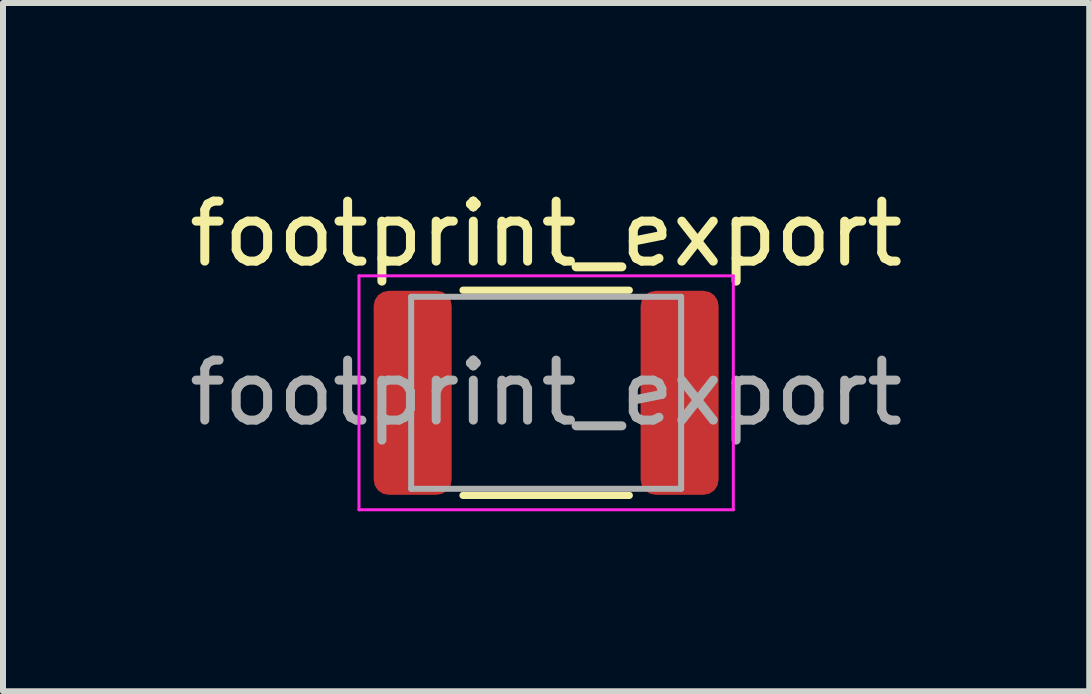
<source format=kicad_pcb>
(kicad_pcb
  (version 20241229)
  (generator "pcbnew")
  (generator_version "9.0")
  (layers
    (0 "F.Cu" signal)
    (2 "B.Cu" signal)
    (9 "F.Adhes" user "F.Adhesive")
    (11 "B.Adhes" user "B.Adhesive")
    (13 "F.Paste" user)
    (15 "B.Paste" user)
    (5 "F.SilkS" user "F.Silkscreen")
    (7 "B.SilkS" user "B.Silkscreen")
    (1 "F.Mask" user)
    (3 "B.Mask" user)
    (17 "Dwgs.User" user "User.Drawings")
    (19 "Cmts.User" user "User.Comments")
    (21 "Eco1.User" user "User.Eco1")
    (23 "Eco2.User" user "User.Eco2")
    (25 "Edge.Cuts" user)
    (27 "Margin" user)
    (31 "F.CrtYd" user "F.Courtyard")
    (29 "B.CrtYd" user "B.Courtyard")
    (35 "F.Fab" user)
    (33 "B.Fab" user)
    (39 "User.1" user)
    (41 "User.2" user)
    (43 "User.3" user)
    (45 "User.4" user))
  (footprint "footprint_export"
    (layer "F.Cu")
    (at 6.054 3.498)
    (property "Reference" "footprint_export" (at 0 -2.65 0) (layer "F.SilkS") (effects (font (size 1 1) (thickness 0.15))))
    (attr smd)
    (fp_line (start -1.386 -1.71) (end 1.386 -1.71) (stroke (width 0.12) (type solid)) (layer "F.SilkS"))
    (fp_line (start -1.386 1.71) (end 1.386 1.71) (stroke (width 0.12) (type solid)) (layer "F.SilkS"))
    (fp_line (start -3.12 -1.95) (end 3.12 -1.95) (stroke (width 0.05) (type solid)) (layer "F.CrtYd"))
    (fp_line (start -3.12 1.95) (end -3.12 -1.95) (stroke (width 0.05) (type solid)) (layer "F.CrtYd"))
    (fp_line (start 3.12 -1.95) (end 3.12 1.95) (stroke (width 0.05) (type solid)) (layer "F.CrtYd"))
    (fp_line (start 3.12 1.95) (end -3.12 1.95) (stroke (width 0.05) (type solid)) (layer "F.CrtYd"))
    (fp_line (start -2.25 -1.6) (end 2.25 -1.6) (stroke (width 0.1) (type solid)) (layer "F.Fab"))
    (fp_line (start -2.25 1.6) (end -2.25 -1.6) (stroke (width 0.1) (type solid)) (layer "F.Fab"))
    (fp_line (start 2.25 -1.6) (end 2.25 1.6) (stroke (width 0.1) (type solid)) (layer "F.Fab"))
    (fp_line (start 2.25 1.6) (end -2.25 1.6) (stroke (width 0.1) (type solid)) (layer "F.Fab"))
    (fp_text user "${REFERENCE}" (at 0 0 0) (layer "F.Fab") (effects (font (size 1 1) (thickness 0.15))))
    (pad "1" smd roundrect (at -2.225 0) (size 1.3 3.4) (layers "F.Cu" "F.Mask" "F.Paste") (roundrect_rratio 0.192))
    (pad "2" smd roundrect (at 2.225 0) (size 1.3 3.4) (layers "F.Cu" "F.Mask" "F.Paste") (roundrect_rratio 0.192)))
  (gr_rect
    (start -3 -3)
    (end 15.107 8.473)
    (stroke (width 0.1) (type default))
    (fill no)
    (layer "Edge.Cuts")))
</source>
